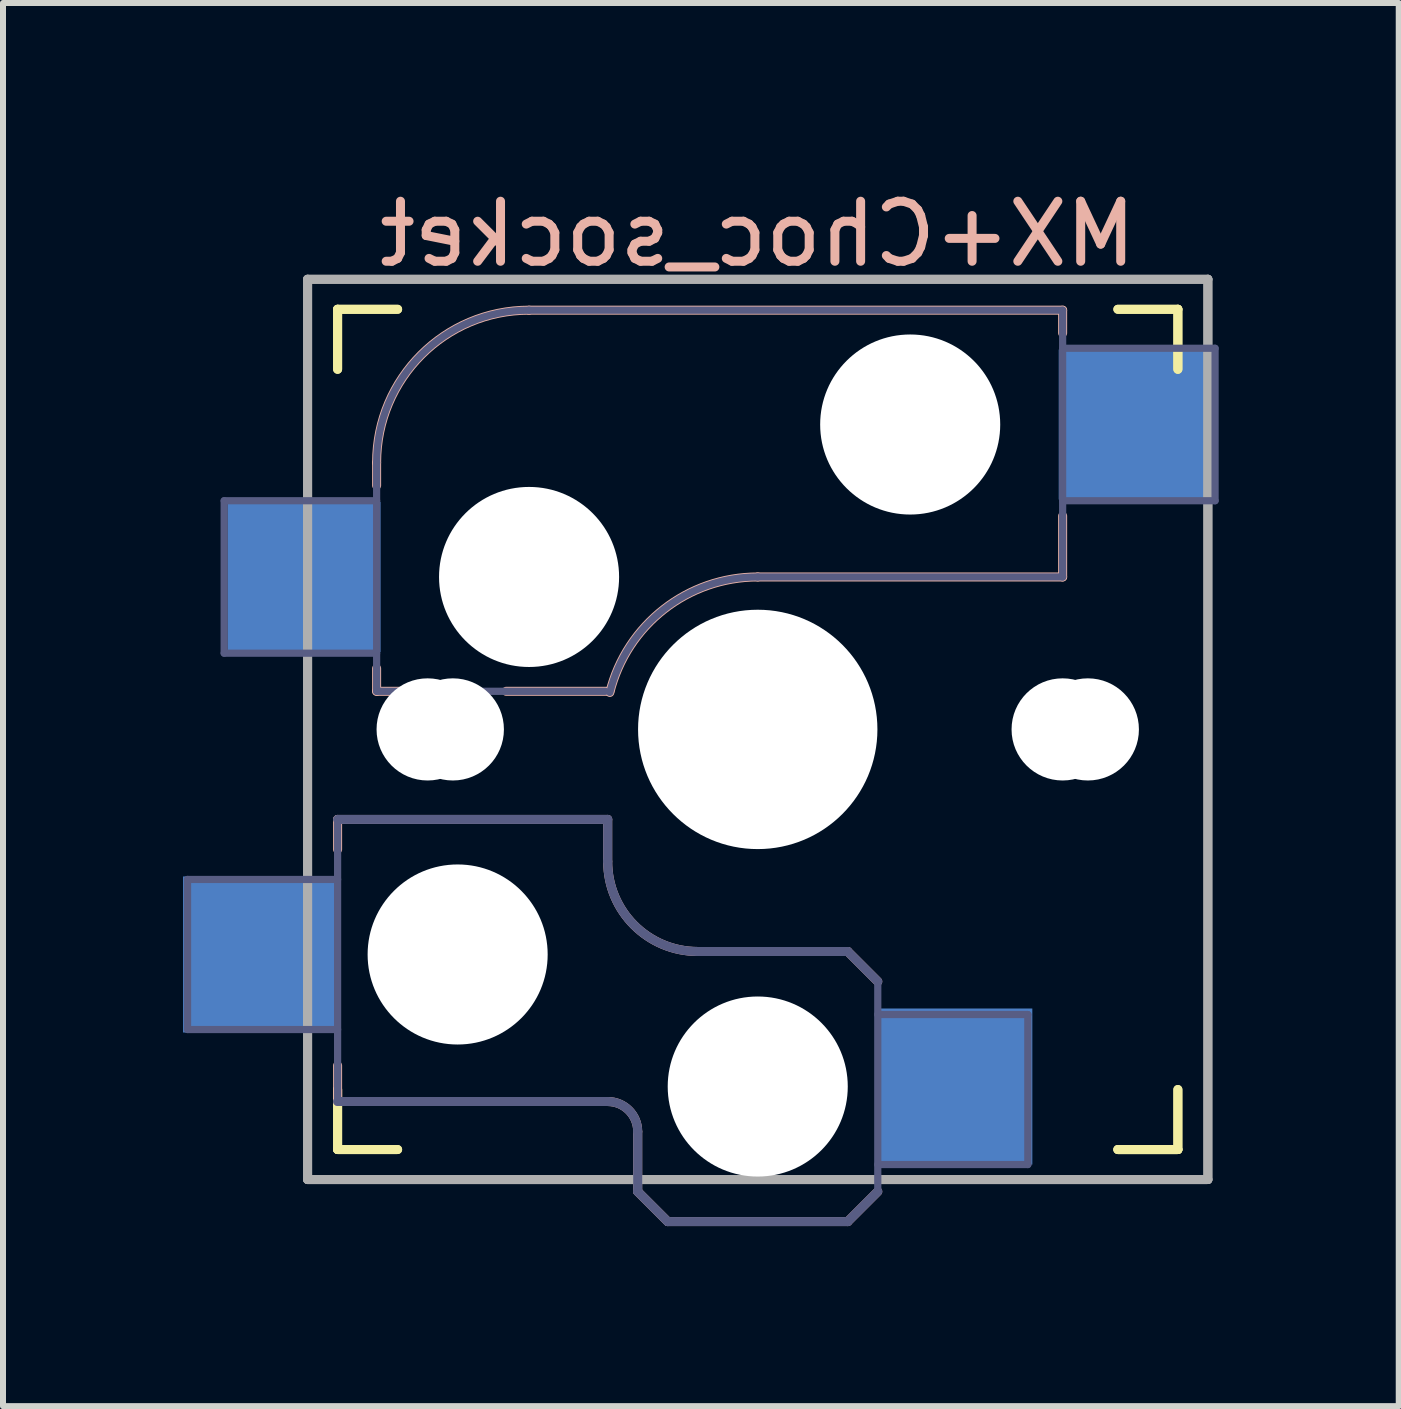
<source format=kicad_pcb>
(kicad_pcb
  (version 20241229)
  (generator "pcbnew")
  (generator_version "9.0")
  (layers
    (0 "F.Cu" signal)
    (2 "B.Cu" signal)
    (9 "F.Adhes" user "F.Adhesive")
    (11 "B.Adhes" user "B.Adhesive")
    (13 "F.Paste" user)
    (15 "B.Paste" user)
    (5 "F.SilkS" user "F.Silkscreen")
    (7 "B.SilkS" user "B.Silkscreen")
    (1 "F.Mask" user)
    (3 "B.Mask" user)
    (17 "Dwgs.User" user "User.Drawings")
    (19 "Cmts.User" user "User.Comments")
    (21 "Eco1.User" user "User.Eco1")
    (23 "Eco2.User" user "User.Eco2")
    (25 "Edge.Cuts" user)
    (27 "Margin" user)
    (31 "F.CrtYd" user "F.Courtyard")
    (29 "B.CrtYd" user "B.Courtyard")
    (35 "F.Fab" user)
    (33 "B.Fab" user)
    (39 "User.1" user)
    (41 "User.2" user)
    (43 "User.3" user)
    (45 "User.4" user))
  (footprint "MX+Choc_socket"
    (layer "F.Cu")
    (at 12.115 4.023)
    (property "Reference" "MX+Choc_socket" (at -2.54 -3.175 0) (layer "B.SilkS") (effects (font (size 1 1) (thickness 0.15)) (justify mirror)))
    (attr smd)
    (fp_line (start -9.54 -0.92) (end -9.54 -1.92) (stroke (width 0.15) (type solid)) (layer "F.SilkS"))
    (fp_line (start -9.54 -0.92) (end -9.54 -1.92) (stroke (width 0.15) (type solid)) (layer "F.SilkS"))
    (fp_line (start -9.54 12.08) (end -9.54 11.08) (stroke (width 0.15) (type solid)) (layer "F.SilkS"))
    (fp_line (start -9.54 12.08) (end -9.54 11.08) (stroke (width 0.15) (type solid)) (layer "F.SilkS"))
    (fp_line (start -9.54 12.08) (end -8.54 12.08) (stroke (width 0.15) (type solid)) (layer "F.SilkS"))
    (fp_line (start -9.54 12.08) (end -8.54 12.08) (stroke (width 0.15) (type solid)) (layer "F.SilkS"))
    (fp_line (start -8.54 -1.92) (end -9.54 -1.92) (stroke (width 0.15) (type solid)) (layer "F.SilkS"))
    (fp_line (start -8.54 -1.92) (end -9.54 -1.92) (stroke (width 0.15) (type solid)) (layer "F.SilkS"))
    (fp_line (start 3.46 12.08) (end 4.46 12.08) (stroke (width 0.15) (type solid)) (layer "F.SilkS"))
    (fp_line (start 3.46 12.08) (end 4.46 12.08) (stroke (width 0.15) (type solid)) (layer "F.SilkS"))
    (fp_line (start 4.46 -1.92) (end 3.46 -1.92) (stroke (width 0.15) (type solid)) (layer "F.SilkS"))
    (fp_line (start 4.46 -1.92) (end 3.46 -1.92) (stroke (width 0.15) (type solid)) (layer "F.SilkS"))
    (fp_line (start 4.46 -1.92) (end 4.46 -0.92) (stroke (width 0.15) (type solid)) (layer "F.SilkS"))
    (fp_line (start 4.46 -1.92) (end 4.46 -0.92) (stroke (width 0.15) (type solid)) (layer "F.SilkS"))
    (fp_line (start 4.46 11.08) (end 4.46 12.08) (stroke (width 0.15) (type solid)) (layer "F.SilkS"))
    (fp_line (start 4.46 11.08) (end 4.46 12.08) (stroke (width 0.15) (type solid)) (layer "F.SilkS"))
    (fp_line (start 4.46 12.08) (end 3.46 12.08) (stroke (width 0.15) (type solid)) (layer "F.SilkS"))
    (fp_line (start -9.54 6.58) (end -9.54 7.08) (stroke (width 0.15) (type solid)) (layer "B.SilkS"))
    (fp_line (start -9.54 10.68) (end -9.54 11.28) (stroke (width 0.15) (type solid)) (layer "B.SilkS"))
    (fp_line (start -9.54 11.28) (end -5.04 11.28) (stroke (width 0.15) (type solid)) (layer "B.SilkS"))
    (fp_line (start -8.89 0.635) (end -8.89 1.016) (stroke (width 0.15) (type solid)) (layer "B.SilkS"))
    (fp_line (start -8.89 4.064) (end -8.89 4.445) (stroke (width 0.15) (type solid)) (layer "B.SilkS"))
    (fp_line (start -8.509 4.445) (end -8.89 4.445) (stroke (width 0.15) (type solid)) (layer "B.SilkS"))
    (fp_line (start -6.35 -1.905) (end 2.54 -1.905) (stroke (width 0.15) (type solid)) (layer "B.SilkS"))
    (fp_line (start -5.04 6.58) (end -9.54 6.58) (stroke (width 0.15) (type solid)) (layer "B.SilkS"))
    (fp_line (start -5.04 7.28) (end -5.04 6.58) (stroke (width 0.15) (type solid)) (layer "B.SilkS"))
    (fp_line (start -5.004 4.445) (end -6.731 4.445) (stroke (width 0.15) (type solid)) (layer "B.SilkS"))
    (fp_line (start -4.54 11.78) (end -4.54 12.78) (stroke (width 0.15) (type solid)) (layer "B.SilkS"))
    (fp_line (start -4.04 13.28) (end -4.54 12.78) (stroke (width 0.15) (type solid)) (layer "B.SilkS"))
    (fp_line (start -1.04 8.78) (end -3.54 8.78) (stroke (width 0.15) (type solid)) (layer "B.SilkS"))
    (fp_line (start -1.04 13.28) (end -4.04 13.28) (stroke (width 0.15) (type solid)) (layer "B.SilkS"))
    (fp_line (start -0.54 9.28) (end -1.04 8.78) (stroke (width 0.15) (type solid)) (layer "B.SilkS"))
    (fp_line (start -0.54 12.78) (end -1.04 13.28) (stroke (width 0.15) (type solid)) (layer "B.SilkS"))
    (fp_line (start 2.54 -1.905) (end 2.54 -1.524) (stroke (width 0.15) (type solid)) (layer "B.SilkS"))
    (fp_line (start 2.54 1.524) (end 2.54 2.54) (stroke (width 0.15) (type solid)) (layer "B.SilkS"))
    (fp_line (start 2.54 2.54) (end -2.54 2.54) (stroke (width 0.15) (type solid)) (layer "B.SilkS"))
    (fp_arc (start -8.89 0.635) (mid -8.146051 -1.161051) (end -6.35 -1.905) (stroke (width 0.15) (type solid)) (layer "B.SilkS"))
    (fp_arc (start -5.04 11.28) (mid -4.686447 11.426447) (end -4.54 11.78) (stroke (width 0.15) (type solid)) (layer "B.SilkS"))
    (fp_arc (start -5.004162 4.46396) (mid -4.103147 3.077958) (end -2.54 2.54) (stroke (width 0.15) (type solid)) (layer "B.SilkS"))
    (fp_arc (start -3.54 8.78) (mid -4.60066 8.34066) (end -5.04 7.28) (stroke (width 0.15) (type solid)) (layer "B.SilkS"))
    (fp_line (start -9.44 11.98) (end -9.44 -1.82) (stroke (width 0.15) (type solid)) (layer "Eco2.User"))
    (fp_line (start -9.44 11.98) (end -9.44 -1.82) (stroke (width 0.15) (type solid)) (layer "Eco2.User"))
    (fp_line (start -9.44 11.98) (end 4.36 11.98) (stroke (width 0.15) (type solid)) (layer "Eco2.User"))
    (fp_line (start -9.44 11.98) (end 4.36 11.98) (stroke (width 0.15) (type solid)) (layer "Eco2.User"))
    (fp_line (start 4.36 -1.82) (end -9.44 -1.82) (stroke (width 0.15) (type solid)) (layer "Eco2.User"))
    (fp_line (start 4.36 -1.82) (end -9.44 -1.82) (stroke (width 0.15) (type solid)) (layer "Eco2.User"))
    (fp_line (start 4.36 -1.82) (end 4.36 11.98) (stroke (width 0.15) (type solid)) (layer "Eco2.User"))
    (fp_line (start 4.36 -1.82) (end 4.36 11.98) (stroke (width 0.15) (type solid)) (layer "Eco2.User"))
    (fp_line (start -12.04 7.58) (end -9.54 7.58) (stroke (width 0.12) (type solid)) (layer "B.Fab"))
    (fp_line (start -12.04 10.08) (end -12.04 7.58) (stroke (width 0.12) (type solid)) (layer "B.Fab"))
    (fp_line (start -11.43 1.27) (end -8.89 1.27) (stroke (width 0.12) (type solid)) (layer "B.Fab"))
    (fp_line (start -11.43 3.81) (end -11.43 1.27) (stroke (width 0.12) (type solid)) (layer "B.Fab"))
    (fp_line (start -9.54 6.58) (end -9.54 11.28) (stroke (width 0.12) (type solid)) (layer "B.Fab"))
    (fp_line (start -9.54 10.08) (end -12.04 10.08) (stroke (width 0.12) (type solid)) (layer "B.Fab"))
    (fp_line (start -9.54 11.28) (end -5.04 11.28) (stroke (width 0.15) (type solid)) (layer "B.Fab"))
    (fp_line (start -8.89 3.81) (end -11.43 3.81) (stroke (width 0.12) (type solid)) (layer "B.Fab"))
    (fp_line (start -8.89 4.445) (end -8.89 0.635) (stroke (width 0.12) (type solid)) (layer "B.Fab"))
    (fp_line (start -8.89 4.445) (end -5.08 4.445) (stroke (width 0.12) (type solid)) (layer "B.Fab"))
    (fp_line (start -6.35 -1.905) (end 2.54 -1.905) (stroke (width 0.12) (type solid)) (layer "B.Fab"))
    (fp_line (start -5.04 6.58) (end -9.54 6.58) (stroke (width 0.15) (type solid)) (layer "B.Fab"))
    (fp_line (start -5.04 7.28) (end -5.04 6.58) (stroke (width 0.15) (type solid)) (layer "B.Fab"))
    (fp_line (start -4.54 11.78) (end -4.54 12.78) (stroke (width 0.15) (type solid)) (layer "B.Fab"))
    (fp_line (start -4.04 13.28) (end -4.54 12.78) (stroke (width 0.15) (type solid)) (layer "B.Fab"))
    (fp_line (start -1.04 8.78) (end -3.54 8.78) (stroke (width 0.15) (type solid)) (layer "B.Fab"))
    (fp_line (start -1.04 13.28) (end -4.04 13.28) (stroke (width 0.15) (type solid)) (layer "B.Fab"))
    (fp_line (start -0.54 9.28) (end -1.04 8.78) (stroke (width 0.15) (type solid)) (layer "B.Fab"))
    (fp_line (start -0.54 9.33) (end -0.54 12.78) (stroke (width 0.12) (type solid)) (layer "B.Fab"))
    (fp_line (start -0.54 9.83) (end 1.96 9.83) (stroke (width 0.12) (type solid)) (layer "B.Fab"))
    (fp_line (start -0.54 12.78) (end -1.04 13.28) (stroke (width 0.15) (type solid)) (layer "B.Fab"))
    (fp_line (start 1.96 9.83) (end 1.96 12.33) (stroke (width 0.12) (type solid)) (layer "B.Fab"))
    (fp_line (start 1.96 12.33) (end -0.54 12.33) (stroke (width 0.12) (type solid)) (layer "B.Fab"))
    (fp_line (start 2.54 -1.905) (end 2.54 2.54) (stroke (width 0.12) (type solid)) (layer "B.Fab"))
    (fp_line (start 2.54 -1.27) (end 5.08 -1.27) (stroke (width 0.12) (type solid)) (layer "B.Fab"))
    (fp_line (start 2.54 2.54) (end -2.54 2.54) (stroke (width 0.12) (type solid)) (layer "B.Fab"))
    (fp_line (start 5.08 -1.27) (end 5.08 1.27) (stroke (width 0.12) (type solid)) (layer "B.Fab"))
    (fp_line (start 5.08 1.27) (end 2.54 1.27) (stroke (width 0.12) (type solid)) (layer "B.Fab"))
    (fp_arc (start -8.89 0.635) (mid -8.146051 -1.161051) (end -6.35 -1.905) (stroke (width 0.12) (type solid)) (layer "B.Fab"))
    (fp_arc (start -5.04 11.28) (mid -4.686447 11.426447) (end -4.54 11.78) (stroke (width 0.15) (type solid)) (layer "B.Fab"))
    (fp_arc (start -5.004162 4.46396) (mid -4.103147 3.077958) (end -2.54 2.54) (stroke (width 0.12) (type solid)) (layer "B.Fab"))
    (fp_arc (start -3.54 8.78) (mid -4.60066 8.34066) (end -5.04 7.28) (stroke (width 0.15) (type solid)) (layer "B.Fab"))
    (fp_line (start -10.04 -2.42) (end 4.96 -2.42) (stroke (width 0.15) (type solid)) (layer "F.Fab"))
    (fp_line (start -10.04 -2.42) (end 4.96 -2.42) (stroke (width 0.15) (type solid)) (layer "F.Fab"))
    (fp_line (start -10.04 12.58) (end -10.04 -2.42) (stroke (width 0.15) (type solid)) (layer "F.Fab"))
    (fp_line (start -10.04 12.58) (end -10.04 -2.42) (stroke (width 0.15) (type solid)) (layer "F.Fab"))
    (fp_line (start 4.96 -2.42) (end 4.96 12.58) (stroke (width 0.15) (type solid)) (layer "F.Fab"))
    (fp_line (start 4.96 -2.42) (end 4.96 12.58) (stroke (width 0.15) (type solid)) (layer "F.Fab"))
    (fp_line (start 4.96 12.58) (end -10.04 12.58) (stroke (width 0.15) (type solid)) (layer "F.Fab"))
    (fp_line (start 4.96 12.58) (end -10.04 12.58) (stroke (width 0.15) (type solid)) (layer "F.Fab"))
    (pad "" np_thru_hole circle (at -8.04 5.08) (size 1.702 1.702) (drill 1.702) (layers "*.Cu" "*.Mask"))
    (pad "" np_thru_hole circle (at -7.62 5.08) (size 1.702 1.702) (drill 1.702) (layers "*.Cu" "*.Mask"))
    (pad "" np_thru_hole circle (at -7.54 8.83) (size 3 3) (drill 3) (layers "*.Cu" "*.Mask"))
    (pad "" np_thru_hole circle (at -6.35 2.54) (size 3 3) (drill 3) (layers "*.Cu" "*.Mask"))
    (pad "" np_thru_hole circle (at -2.54 5.08) (size 3.988 3.988) (drill 3.988) (layers "*.Cu" "*.Mask"))
    (pad "" np_thru_hole circle (at -2.54 11.03) (size 3 3) (drill 3) (layers "*.Cu" "*.Mask"))
    (pad "" np_thru_hole circle (at 0 0) (size 3 3) (drill 3) (layers "*.Cu" "*.Mask"))
    (pad "" np_thru_hole circle (at 2.54 5.08) (size 1.702 1.702) (drill 1.702) (layers "*.Cu" "*.Mask"))
    (pad "" np_thru_hole circle (at 2.96 5.08) (size 1.702 1.702) (drill 1.702) (layers "*.Cu" "*.Mask"))
    (pad "1" smd rect (at 0.735 11.03) (size 2.6 2.6) (layers "B.Cu" "B.Mask" "B.Paste"))
    (pad "1" smd rect (at 3.75 0) (size 2.55 2.5) (layers "B.Cu" "B.Mask" "B.Paste"))
    (pad "2" smd rect (at -10.815 8.83) (size 2.6 2.6) (layers "B.Cu" "B.Mask" "B.Paste"))
    (pad "2" smd rect (at -10.1 2.54) (size 2.55 2.5) (layers "B.Cu" "B.Mask" "B.Paste")))
  (gr_rect
    (start -3 -3)
    (end 20.255 20.378)
    (stroke (width 0.1) (type default))
    (fill no)
    (layer "Edge.Cuts")))
</source>
